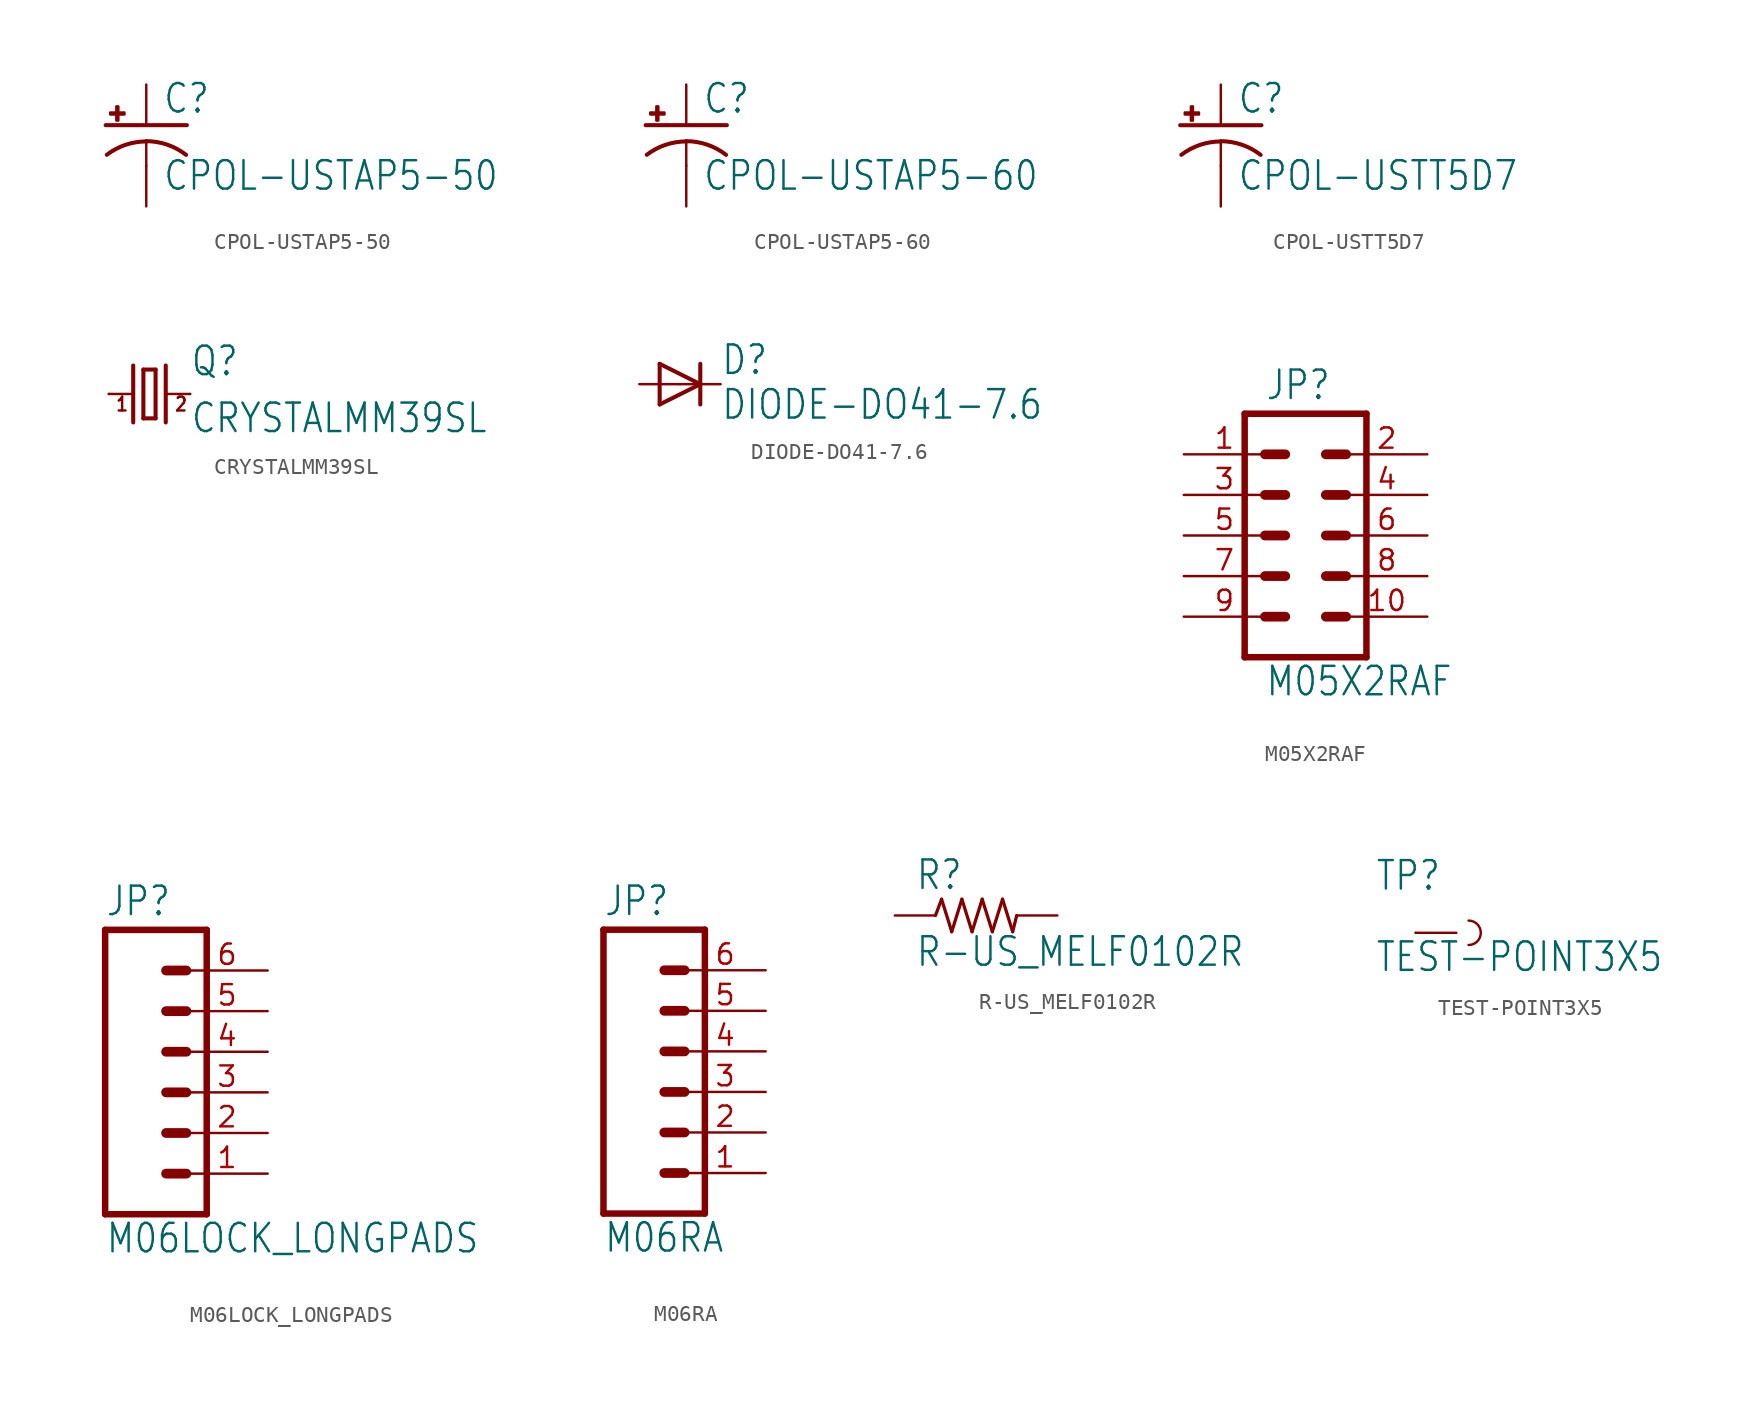
<source format=kicad_sym>
(kicad_symbol_lib
  (version 20211014)
  (generator kicad_symbol_editor)
  (symbol "CPOL-USTAP5-50"
    (property "Reference" "C"
      (at 1.016 0.635 0)
      (effects (font (size 1.778 1.511)) (justify left bottom)))
    (property "Value" "CPOL-USTAP5-50"
      (at 1.016 -4.191 0)
      (effects (font (size 1.778 1.511)) (justify left bottom)))
    (property "ki_locked" ""
      (at 0 0 0)
      (effects (font (size 1.27 1.27))))
    (symbol "CPOL-USTAP5-50_1_0"
      (rectangle (start -2.253 0.668) (end -1.364 0.795) (stroke (width 0) (type default) (color 0 0 0 0)) (fill (type outline)))
      (rectangle (start -1.872 0.287) (end -1.745 1.176) (stroke (width 0) (type default) (color 0 0 0 0)) (fill (type outline)))
      (arc (start 0 -1.0161) (mid -1.3021 -1.2302) (end -2.4669 -1.8504) (stroke (width 0.254) (type default) (color 0 0 0 0)) (fill (type none)))
      (polyline (pts (xy -2.54 0) (xy 2.54 0)) (stroke (width 0.254) (type default) (color 0 0 0 0)) (fill (type none)))
      (polyline (pts (xy 0 -1.016) (xy 0 -2.54)) (stroke (width 0.152) (type default) (color 0 0 0 0)) (fill (type none)))
      (arc (start 2.4892 -1.8542) (mid 1.3158 -1.2195) (end 0 -1) (stroke (width 0.254) (type default) (color 0 0 0 0)) (fill (type none)))
      (pin passive line (at 0 2.54 270) (length 2.54) (name "+" (effects (font (size 0 0)))) (number "+" (effects (font (size 0 0)))))
      (pin passive line (at 0 -5.08 90) (length 2.54) (name "-" (effects (font (size 0 0)))) (number "-" (effects (font (size 0 0)))))))
  (symbol "CPOL-USTAP5-60"
    (property "Reference" "C"
      (at 1.016 0.635 0)
      (effects (font (size 1.778 1.511)) (justify left bottom)))
    (property "Value" "CPOL-USTAP5-60"
      (at 1.016 -4.191 0)
      (effects (font (size 1.778 1.511)) (justify left bottom)))
    (property "ki_locked" ""
      (at 0 0 0)
      (effects (font (size 1.27 1.27))))
    (symbol "CPOL-USTAP5-60_1_0"
      (rectangle (start -2.253 0.668) (end -1.364 0.795) (stroke (width 0) (type default) (color 0 0 0 0)) (fill (type outline)))
      (rectangle (start -1.872 0.287) (end -1.745 1.176) (stroke (width 0) (type default) (color 0 0 0 0)) (fill (type outline)))
      (arc (start 0 -1.0161) (mid -1.3021 -1.2302) (end -2.4669 -1.8504) (stroke (width 0.254) (type default) (color 0 0 0 0)) (fill (type none)))
      (polyline (pts (xy -2.54 0) (xy 2.54 0)) (stroke (width 0.254) (type default) (color 0 0 0 0)) (fill (type none)))
      (polyline (pts (xy 0 -1.016) (xy 0 -2.54)) (stroke (width 0.152) (type default) (color 0 0 0 0)) (fill (type none)))
      (arc (start 2.4892 -1.8542) (mid 1.3158 -1.2195) (end 0 -1) (stroke (width 0.254) (type default) (color 0 0 0 0)) (fill (type none)))
      (pin passive line (at 0 2.54 270) (length 2.54) (name "+" (effects (font (size 0 0)))) (number "+" (effects (font (size 0 0)))))
      (pin passive line (at 0 -5.08 90) (length 2.54) (name "-" (effects (font (size 0 0)))) (number "-" (effects (font (size 0 0)))))))
  (symbol "CPOL-USTT5D7"
    (property "Reference" "C"
      (at 1.016 0.635 0)
      (effects (font (size 1.778 1.511)) (justify left bottom)))
    (property "Value" "CPOL-USTT5D7"
      (at 1.016 -4.191 0)
      (effects (font (size 1.778 1.511)) (justify left bottom)))
    (property "ki_locked" ""
      (at 0 0 0)
      (effects (font (size 1.27 1.27))))
    (symbol "CPOL-USTT5D7_1_0"
      (rectangle (start -2.253 0.668) (end -1.364 0.795) (stroke (width 0) (type default) (color 0 0 0 0)) (fill (type outline)))
      (rectangle (start -1.872 0.287) (end -1.745 1.176) (stroke (width 0) (type default) (color 0 0 0 0)) (fill (type outline)))
      (arc (start 0 -1.0161) (mid -1.3021 -1.2302) (end -2.4669 -1.8504) (stroke (width 0.254) (type default) (color 0 0 0 0)) (fill (type none)))
      (polyline (pts (xy -2.54 0) (xy 2.54 0)) (stroke (width 0.254) (type default) (color 0 0 0 0)) (fill (type none)))
      (polyline (pts (xy 0 -1.016) (xy 0 -2.54)) (stroke (width 0.152) (type default) (color 0 0 0 0)) (fill (type none)))
      (arc (start 2.4892 -1.8542) (mid 1.3158 -1.2195) (end 0 -1) (stroke (width 0.254) (type default) (color 0 0 0 0)) (fill (type none)))
      (pin passive line (at 0 2.54 270) (length 2.54) (name "+" (effects (font (size 0 0)))) (number "+" (effects (font (size 0 0)))))
      (pin passive line (at 0 -5.08 90) (length 2.54) (name "-" (effects (font (size 0 0)))) (number "-" (effects (font (size 0 0)))))))
  (symbol "CRYSTALMM39SL"
    (property "Reference" "Q"
      (at 2.54 1.016 0)
      (effects (font (size 1.778 1.511)) (justify left bottom)))
    (property "Value" "CRYSTALMM39SL"
      (at 2.54 -2.54 0)
      (effects (font (size 1.778 1.511)) (justify left bottom)))
    (property "ki_locked" ""
      (at 0 0 0)
      (effects (font (size 1.27 1.27))))
    (symbol "CRYSTALMM39SL_1_0"
      (polyline (pts (xy -2.54 0) (xy -1.016 0)) (stroke (width 0.152) (type default) (color 0 0 0 0)) (fill (type none)))
      (polyline (pts (xy -1.016 1.778) (xy -1.016 -1.778)) (stroke (width 0.254) (type default) (color 0 0 0 0)) (fill (type none)))
      (polyline (pts (xy -0.381 -1.524) (xy 0.381 -1.524)) (stroke (width 0.254) (type default) (color 0 0 0 0)) (fill (type none)))
      (polyline (pts (xy -0.381 1.524) (xy -0.381 -1.524)) (stroke (width 0.254) (type default) (color 0 0 0 0)) (fill (type none)))
      (polyline (pts (xy 0.381 -1.524) (xy 0.381 1.524)) (stroke (width 0.254) (type default) (color 0 0 0 0)) (fill (type none)))
      (polyline (pts (xy 0.381 1.524) (xy -0.381 1.524)) (stroke (width 0.254) (type default) (color 0 0 0 0)) (fill (type none)))
      (polyline (pts (xy 1.016 0) (xy 2.54 0)) (stroke (width 0.152) (type default) (color 0 0 0 0)) (fill (type none)))
      (polyline (pts (xy 1.016 1.778) (xy 1.016 -1.778)) (stroke (width 0.254) (type default) (color 0 0 0 0)) (fill (type none)))
      (text "1" (at -2.159 -1.143 0) (effects (font (size 0.864 0.734)) (justify left bottom)))
      (text "2" (at 1.524 -1.143 0) (effects (font (size 0.864 0.734)) (justify left bottom)))
      (pin passive line (at -2.54 0 0) (length 0) (name "1" (effects (font (size 0 0)))) (number "1" (effects (font (size 0 0)))))
      (pin passive line (at 2.54 0 180) (length 0) (name "2" (effects (font (size 0 0)))) (number "4" (effects (font (size 0 0)))))))
  (symbol "DIODE-DO41-7.6"
    (property "Reference" "D"
      (at 2.54 0.483 0)
      (effects (font (size 1.778 1.511)) (justify left bottom)))
    (property "Value" "DIODE-DO41-7.6"
      (at 2.54 -2.311 0)
      (effects (font (size 1.778 1.511)) (justify left bottom)))
    (property "ki_locked" ""
      (at 0 0 0)
      (effects (font (size 1.27 1.27))))
    (symbol "DIODE-DO41-7.6_1_0"
      (polyline (pts (xy -1.27 -1.27) (xy 1.27 0)) (stroke (width 0.254) (type default) (color 0 0 0 0)) (fill (type none)))
      (polyline (pts (xy -1.27 1.27) (xy -1.27 -1.27)) (stroke (width 0.254) (type default) (color 0 0 0 0)) (fill (type none)))
      (polyline (pts (xy 1.27 0) (xy -1.27 1.27)) (stroke (width 0.254) (type default) (color 0 0 0 0)) (fill (type none)))
      (polyline (pts (xy 1.27 0) (xy 1.27 -1.27)) (stroke (width 0.254) (type default) (color 0 0 0 0)) (fill (type none)))
      (polyline (pts (xy 1.27 1.27) (xy 1.27 0)) (stroke (width 0.254) (type default) (color 0 0 0 0)) (fill (type none)))
      (pin passive line (at -2.54 0 0) (length 2.54) (name "A" (effects (font (size 0 0)))) (number "A" (effects (font (size 0 0)))))
      (pin passive line (at 2.54 0 180) (length 2.54) (name "C" (effects (font (size 0 0)))) (number "C" (effects (font (size 0 0)))))))
  (symbol "M05X2RAF"
    (property "Reference" "JP"
      (at -2.54 8.382 0)
      (effects (font (size 1.778 1.511)) (justify left bottom)))
    (property "Value" "M05X2RAF"
      (at -2.54 -10.16 0)
      (effects (font (size 1.778 1.511)) (justify left bottom)))
    (property "ki_locked" ""
      (at 0 0 0)
      (effects (font (size 1.27 1.27))))
    (symbol "M05X2RAF_1_0"
      (polyline (pts (xy -3.81 7.62) (xy -3.81 -7.62)) (stroke (width 0.406) (type default) (color 0 0 0 0)) (fill (type none)))
      (polyline (pts (xy -3.81 7.62) (xy 3.81 7.62)) (stroke (width 0.406) (type default) (color 0 0 0 0)) (fill (type none)))
      (polyline (pts (xy -1.27 -5.08) (xy -2.54 -5.08)) (stroke (width 0.61) (type default) (color 0 0 0 0)) (fill (type none)))
      (polyline (pts (xy -1.27 -2.54) (xy -2.54 -2.54)) (stroke (width 0.61) (type default) (color 0 0 0 0)) (fill (type none)))
      (polyline (pts (xy -1.27 0) (xy -2.54 0)) (stroke (width 0.61) (type default) (color 0 0 0 0)) (fill (type none)))
      (polyline (pts (xy -1.27 2.54) (xy -2.54 2.54)) (stroke (width 0.61) (type default) (color 0 0 0 0)) (fill (type none)))
      (polyline (pts (xy -1.27 5.08) (xy -2.54 5.08)) (stroke (width 0.61) (type default) (color 0 0 0 0)) (fill (type none)))
      (polyline (pts (xy 1.27 -5.08) (xy 2.54 -5.08)) (stroke (width 0.61) (type default) (color 0 0 0 0)) (fill (type none)))
      (polyline (pts (xy 1.27 -2.54) (xy 2.54 -2.54)) (stroke (width 0.61) (type default) (color 0 0 0 0)) (fill (type none)))
      (polyline (pts (xy 1.27 0) (xy 2.54 0)) (stroke (width 0.61) (type default) (color 0 0 0 0)) (fill (type none)))
      (polyline (pts (xy 1.27 2.54) (xy 2.54 2.54)) (stroke (width 0.61) (type default) (color 0 0 0 0)) (fill (type none)))
      (polyline (pts (xy 1.27 5.08) (xy 2.54 5.08)) (stroke (width 0.61) (type default) (color 0 0 0 0)) (fill (type none)))
      (polyline (pts (xy 3.81 -7.62) (xy -3.81 -7.62)) (stroke (width 0.406) (type default) (color 0 0 0 0)) (fill (type none)))
      (polyline (pts (xy 3.81 -7.62) (xy 3.81 7.62)) (stroke (width 0.406) (type default) (color 0 0 0 0)) (fill (type none)))
      (pin passive line (at -7.62 5.08 0) (length 5.08) (name "1" (effects (font (size 0 0)))) (number "1" (effects (font (size 1.27 1.27)))))
      (pin passive line (at 7.62 -5.08 180) (length 5.08) (name "10" (effects (font (size 0 0)))) (number "10" (effects (font (size 1.27 1.27)))))
      (pin passive line (at 7.62 5.08 180) (length 5.08) (name "2" (effects (font (size 0 0)))) (number "2" (effects (font (size 1.27 1.27)))))
      (pin passive line (at -7.62 2.54 0) (length 5.08) (name "3" (effects (font (size 0 0)))) (number "3" (effects (font (size 1.27 1.27)))))
      (pin passive line (at 7.62 2.54 180) (length 5.08) (name "4" (effects (font (size 0 0)))) (number "4" (effects (font (size 1.27 1.27)))))
      (pin passive line (at -7.62 0 0) (length 5.08) (name "5" (effects (font (size 0 0)))) (number "5" (effects (font (size 1.27 1.27)))))
      (pin passive line (at 7.62 0 180) (length 5.08) (name "6" (effects (font (size 0 0)))) (number "6" (effects (font (size 1.27 1.27)))))
      (pin passive line (at -7.62 -2.54 0) (length 5.08) (name "7" (effects (font (size 0 0)))) (number "7" (effects (font (size 1.27 1.27)))))
      (pin passive line (at 7.62 -2.54 180) (length 5.08) (name "8" (effects (font (size 0 0)))) (number "8" (effects (font (size 1.27 1.27)))))
      (pin passive line (at -7.62 -5.08 0) (length 5.08) (name "9" (effects (font (size 0 0)))) (number "9" (effects (font (size 1.27 1.27)))))))
  (symbol "M06LOCK_LONGPADS"
    (property "Reference" "JP"
      (at -5.08 10.922 0)
      (effects (font (size 1.778 1.511)) (justify left bottom)))
    (property "Value" "M06LOCK_LONGPADS"
      (at -5.08 -10.16 0)
      (effects (font (size 1.778 1.511)) (justify left bottom)))
    (property "ki_locked" ""
      (at 0 0 0)
      (effects (font (size 1.27 1.27))))
    (symbol "M06LOCK_LONGPADS_1_0"
      (polyline (pts (xy -5.08 10.16) (xy -5.08 -7.62)) (stroke (width 0.406) (type default) (color 0 0 0 0)) (fill (type none)))
      (polyline (pts (xy -5.08 10.16) (xy 1.27 10.16)) (stroke (width 0.406) (type default) (color 0 0 0 0)) (fill (type none)))
      (polyline (pts (xy -1.27 -5.08) (xy 0 -5.08)) (stroke (width 0.61) (type default) (color 0 0 0 0)) (fill (type none)))
      (polyline (pts (xy -1.27 -2.54) (xy 0 -2.54)) (stroke (width 0.61) (type default) (color 0 0 0 0)) (fill (type none)))
      (polyline (pts (xy -1.27 0) (xy 0 0)) (stroke (width 0.61) (type default) (color 0 0 0 0)) (fill (type none)))
      (polyline (pts (xy -1.27 2.54) (xy 0 2.54)) (stroke (width 0.61) (type default) (color 0 0 0 0)) (fill (type none)))
      (polyline (pts (xy -1.27 5.08) (xy 0 5.08)) (stroke (width 0.61) (type default) (color 0 0 0 0)) (fill (type none)))
      (polyline (pts (xy -1.27 7.62) (xy 0 7.62)) (stroke (width 0.61) (type default) (color 0 0 0 0)) (fill (type none)))
      (polyline (pts (xy 1.27 -7.62) (xy -5.08 -7.62)) (stroke (width 0.406) (type default) (color 0 0 0 0)) (fill (type none)))
      (polyline (pts (xy 1.27 -7.62) (xy 1.27 10.16)) (stroke (width 0.406) (type default) (color 0 0 0 0)) (fill (type none)))
      (pin passive line (at 5.08 -5.08 180) (length 5.08) (name "1" (effects (font (size 0 0)))) (number "1" (effects (font (size 1.27 1.27)))))
      (pin passive line (at 5.08 -2.54 180) (length 5.08) (name "2" (effects (font (size 0 0)))) (number "2" (effects (font (size 1.27 1.27)))))
      (pin passive line (at 5.08 0 180) (length 5.08) (name "3" (effects (font (size 0 0)))) (number "3" (effects (font (size 1.27 1.27)))))
      (pin passive line (at 5.08 2.54 180) (length 5.08) (name "4" (effects (font (size 0 0)))) (number "4" (effects (font (size 1.27 1.27)))))
      (pin passive line (at 5.08 5.08 180) (length 5.08) (name "5" (effects (font (size 0 0)))) (number "5" (effects (font (size 1.27 1.27)))))
      (pin passive line (at 5.08 7.62 180) (length 5.08) (name "6" (effects (font (size 0 0)))) (number "6" (effects (font (size 1.27 1.27)))))))
  (symbol "M06RA"
    (property "Reference" "JP"
      (at -5.08 10.922 0)
      (effects (font (size 1.778 1.511)) (justify left bottom)))
    (property "Value" "M06RA"
      (at -5.08 -10.16 0)
      (effects (font (size 1.778 1.511)) (justify left bottom)))
    (property "ki_locked" ""
      (at 0 0 0)
      (effects (font (size 1.27 1.27))))
    (symbol "M06RA_1_0"
      (polyline (pts (xy -5.08 10.16) (xy -5.08 -7.62)) (stroke (width 0.406) (type default) (color 0 0 0 0)) (fill (type none)))
      (polyline (pts (xy -5.08 10.16) (xy 1.27 10.16)) (stroke (width 0.406) (type default) (color 0 0 0 0)) (fill (type none)))
      (polyline (pts (xy -1.27 -5.08) (xy 0 -5.08)) (stroke (width 0.61) (type default) (color 0 0 0 0)) (fill (type none)))
      (polyline (pts (xy -1.27 -2.54) (xy 0 -2.54)) (stroke (width 0.61) (type default) (color 0 0 0 0)) (fill (type none)))
      (polyline (pts (xy -1.27 0) (xy 0 0)) (stroke (width 0.61) (type default) (color 0 0 0 0)) (fill (type none)))
      (polyline (pts (xy -1.27 2.54) (xy 0 2.54)) (stroke (width 0.61) (type default) (color 0 0 0 0)) (fill (type none)))
      (polyline (pts (xy -1.27 5.08) (xy 0 5.08)) (stroke (width 0.61) (type default) (color 0 0 0 0)) (fill (type none)))
      (polyline (pts (xy -1.27 7.62) (xy 0 7.62)) (stroke (width 0.61) (type default) (color 0 0 0 0)) (fill (type none)))
      (polyline (pts (xy 1.27 -7.62) (xy -5.08 -7.62)) (stroke (width 0.406) (type default) (color 0 0 0 0)) (fill (type none)))
      (polyline (pts (xy 1.27 -7.62) (xy 1.27 10.16)) (stroke (width 0.406) (type default) (color 0 0 0 0)) (fill (type none)))
      (pin passive line (at 5.08 -5.08 180) (length 5.08) (name "1" (effects (font (size 0 0)))) (number "1" (effects (font (size 1.27 1.27)))))
      (pin passive line (at 5.08 -2.54 180) (length 5.08) (name "2" (effects (font (size 0 0)))) (number "2" (effects (font (size 1.27 1.27)))))
      (pin passive line (at 5.08 0 180) (length 5.08) (name "3" (effects (font (size 0 0)))) (number "3" (effects (font (size 1.27 1.27)))))
      (pin passive line (at 5.08 2.54 180) (length 5.08) (name "4" (effects (font (size 0 0)))) (number "4" (effects (font (size 1.27 1.27)))))
      (pin passive line (at 5.08 5.08 180) (length 5.08) (name "5" (effects (font (size 0 0)))) (number "5" (effects (font (size 1.27 1.27)))))
      (pin passive line (at 5.08 7.62 180) (length 5.08) (name "6" (effects (font (size 0 0)))) (number "6" (effects (font (size 1.27 1.27)))))))
  (symbol "R-US_MELF0102R"
    (property "Reference" "R"
      (at -3.81 1.499 0)
      (effects (font (size 1.778 1.511)) (justify left bottom)))
    (property "Value" "R-US_MELF0102R"
      (at -3.81 -3.302 0)
      (effects (font (size 1.778 1.511)) (justify left bottom)))
    (property "ki_locked" ""
      (at 0 0 0)
      (effects (font (size 1.27 1.27))))
    (symbol "R-US_MELF0102R_1_0"
      (polyline (pts (xy -2.54 0) (xy -2.159 1.016)) (stroke (width 0.203) (type default) (color 0 0 0 0)) (fill (type none)))
      (polyline (pts (xy -2.159 1.016) (xy -1.524 -1.016)) (stroke (width 0.203) (type default) (color 0 0 0 0)) (fill (type none)))
      (polyline (pts (xy -1.524 -1.016) (xy -0.889 1.016)) (stroke (width 0.203) (type default) (color 0 0 0 0)) (fill (type none)))
      (polyline (pts (xy -0.889 1.016) (xy -0.254 -1.016)) (stroke (width 0.203) (type default) (color 0 0 0 0)) (fill (type none)))
      (polyline (pts (xy -0.254 -1.016) (xy 0.381 1.016)) (stroke (width 0.203) (type default) (color 0 0 0 0)) (fill (type none)))
      (polyline (pts (xy 0.381 1.016) (xy 1.016 -1.016)) (stroke (width 0.203) (type default) (color 0 0 0 0)) (fill (type none)))
      (polyline (pts (xy 1.016 -1.016) (xy 1.651 1.016)) (stroke (width 0.203) (type default) (color 0 0 0 0)) (fill (type none)))
      (polyline (pts (xy 1.651 1.016) (xy 2.286 -1.016)) (stroke (width 0.203) (type default) (color 0 0 0 0)) (fill (type none)))
      (polyline (pts (xy 2.286 -1.016) (xy 2.54 0)) (stroke (width 0.203) (type default) (color 0 0 0 0)) (fill (type none)))
      (pin passive line (at -5.08 0 0) (length 2.54) (name "1" (effects (font (size 0 0)))) (number "1" (effects (font (size 0 0)))))
      (pin passive line (at 5.08 0 180) (length 2.54) (name "2" (effects (font (size 0 0)))) (number "2" (effects (font (size 0 0)))))))
  (symbol "TEST-POINT3X5"
    (property "Reference" "TP"
      (at -2.54 2.54 0)
      (effects (font (size 1.778 1.511)) (justify left bottom)))
    (property "Value" "TEST-POINT3X5"
      (at -2.54 -2.54 0)
      (effects (font (size 1.778 1.511)) (justify left bottom)))
    (property "ki_locked" ""
      (at 0 0 0)
      (effects (font (size 1.27 1.27))))
    (symbol "TEST-POINT3X5_1_0"
      (polyline (pts (xy 2.54 0) (xy 0 0)) (stroke (width 0.152) (type default) (color 0 0 0 0)) (fill (type none)))
      (arc (start 3.302 -0.762) (mid 4.064 0) (end 3.302 0.762) (stroke (width 0.1524) (type default) (color 0 0 0 0)) (fill (type none)))
      (pin bidirectional line (at 0 0 180) (length 0) (name "1" (effects (font (size 0 0)))) (number "P$1" (effects (font (size 0 0))))))))
</source>
